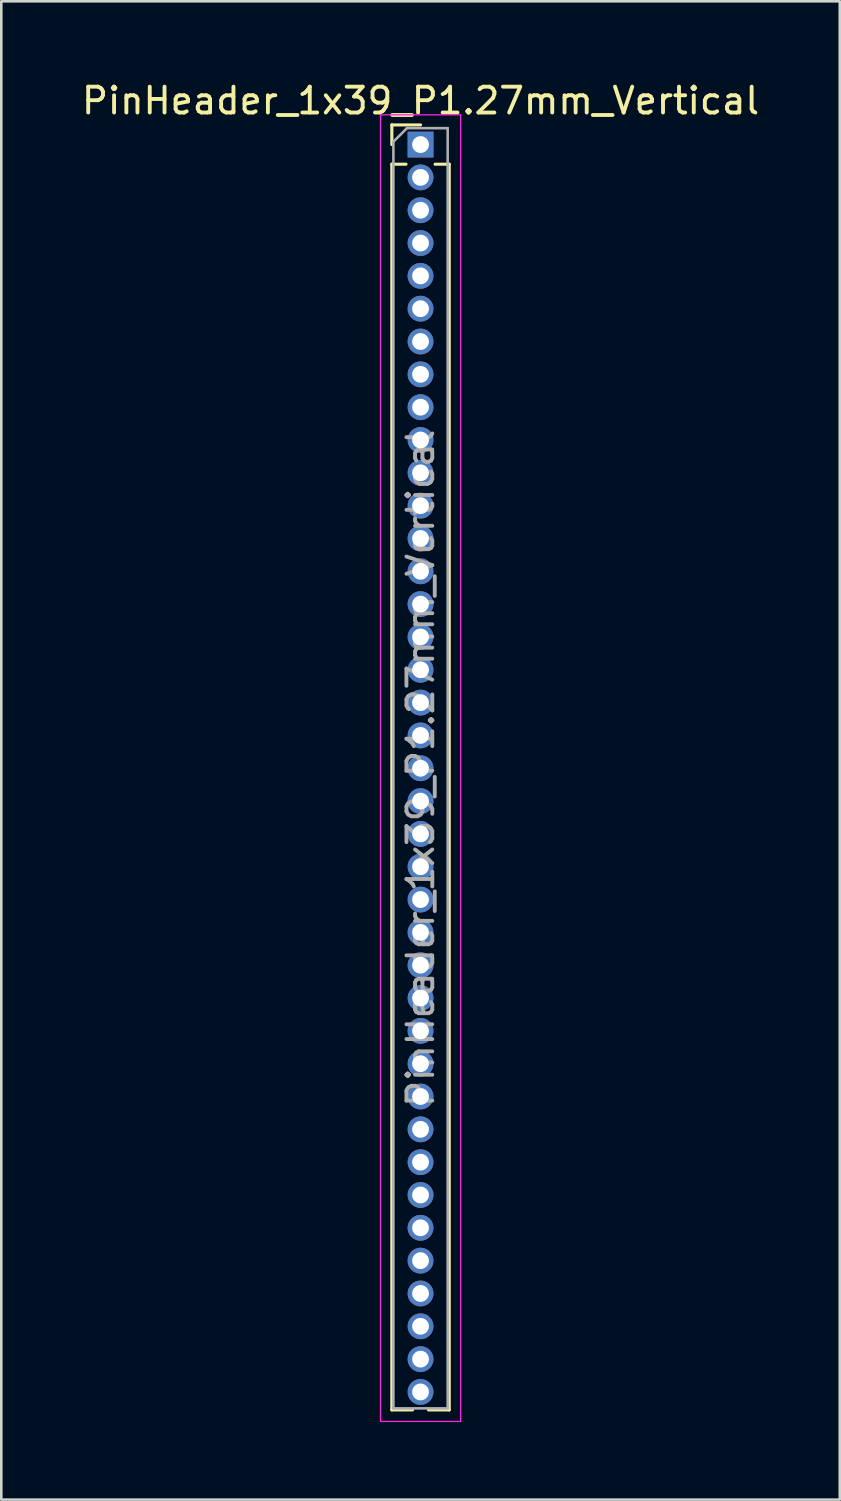
<source format=kicad_pcb>
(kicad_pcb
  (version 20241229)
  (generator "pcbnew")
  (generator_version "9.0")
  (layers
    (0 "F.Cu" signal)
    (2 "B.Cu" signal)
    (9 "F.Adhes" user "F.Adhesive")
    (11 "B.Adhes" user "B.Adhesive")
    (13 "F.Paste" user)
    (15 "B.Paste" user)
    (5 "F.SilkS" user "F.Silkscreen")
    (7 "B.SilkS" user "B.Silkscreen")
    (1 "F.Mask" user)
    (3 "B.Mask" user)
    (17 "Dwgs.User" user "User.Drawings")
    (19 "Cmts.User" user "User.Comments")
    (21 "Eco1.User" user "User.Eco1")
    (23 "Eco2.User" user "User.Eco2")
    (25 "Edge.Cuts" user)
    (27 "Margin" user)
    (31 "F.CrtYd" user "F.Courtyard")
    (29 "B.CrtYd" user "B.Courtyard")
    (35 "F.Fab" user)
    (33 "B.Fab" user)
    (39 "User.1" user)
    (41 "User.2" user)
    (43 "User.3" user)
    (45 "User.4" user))
  (footprint "PinHeader_1x39_P1.27mm_Vertical"
    (layer "F.Cu")
    (at 13.22 2.543)
    (property "Reference" "PinHeader_1x39_P1.27mm_Vertical" (at 0 -1.695 0) (layer "F.SilkS") (effects (font (size 1 1) (thickness 0.15))))
    (attr through_hole)
    (fp_line (start -1.11 -0.76) (end 0 -0.76) (stroke (width 0.12) (type solid)) (layer "F.SilkS"))
    (fp_line (start -1.11 0) (end -1.11 -0.76) (stroke (width 0.12) (type solid)) (layer "F.SilkS"))
    (fp_line (start -1.11 0.76) (end -1.11 48.955) (stroke (width 0.12) (type solid)) (layer "F.SilkS"))
    (fp_line (start -1.11 0.76) (end -0.563 0.76) (stroke (width 0.12) (type solid)) (layer "F.SilkS"))
    (fp_line (start -1.11 48.955) (end -0.308 48.955) (stroke (width 0.12) (type solid)) (layer "F.SilkS"))
    (fp_line (start 0.308 48.955) (end 1.11 48.955) (stroke (width 0.12) (type solid)) (layer "F.SilkS"))
    (fp_line (start 0.563 0.76) (end 1.11 0.76) (stroke (width 0.12) (type solid)) (layer "F.SilkS"))
    (fp_line (start 1.11 0.76) (end 1.11 48.955) (stroke (width 0.12) (type solid)) (layer "F.SilkS"))
    (fp_line (start -1.55 -1.15) (end -1.55 49.4) (stroke (width 0.05) (type solid)) (layer "F.CrtYd"))
    (fp_line (start -1.55 49.4) (end 1.55 49.4) (stroke (width 0.05) (type solid)) (layer "F.CrtYd"))
    (fp_line (start 1.55 -1.15) (end -1.55 -1.15) (stroke (width 0.05) (type solid)) (layer "F.CrtYd"))
    (fp_line (start 1.55 49.4) (end 1.55 -1.15) (stroke (width 0.05) (type solid)) (layer "F.CrtYd"))
    (fp_line (start -1.05 -0.11) (end -0.525 -0.635) (stroke (width 0.1) (type solid)) (layer "F.Fab"))
    (fp_line (start -1.05 48.895) (end -1.05 -0.11) (stroke (width 0.1) (type solid)) (layer "F.Fab"))
    (fp_line (start -0.525 -0.635) (end 1.05 -0.635) (stroke (width 0.1) (type solid)) (layer "F.Fab"))
    (fp_line (start 1.05 -0.635) (end 1.05 48.895) (stroke (width 0.1) (type solid)) (layer "F.Fab"))
    (fp_line (start 1.05 48.895) (end -1.05 48.895) (stroke (width 0.1) (type solid)) (layer "F.Fab"))
    (fp_text user "${REFERENCE}" (at 0 24.13 90) (layer "F.Fab") (effects (font (size 1 1) (thickness 0.15))))
    (pad "1" thru_hole rect (at 0 0) (size 1 1) (drill 0.65) (layers "*.Cu" "*.Mask"))
    (pad "2" thru_hole oval (at 0 1.27) (size 1 1) (drill 0.65) (layers "*.Cu" "*.Mask"))
    (pad "3" thru_hole oval (at 0 2.54) (size 1 1) (drill 0.65) (layers "*.Cu" "*.Mask"))
    (pad "4" thru_hole oval (at 0 3.81) (size 1 1) (drill 0.65) (layers "*.Cu" "*.Mask"))
    (pad "5" thru_hole oval (at 0 5.08) (size 1 1) (drill 0.65) (layers "*.Cu" "*.Mask"))
    (pad "6" thru_hole oval (at 0 6.35) (size 1 1) (drill 0.65) (layers "*.Cu" "*.Mask"))
    (pad "7" thru_hole oval (at 0 7.62) (size 1 1) (drill 0.65) (layers "*.Cu" "*.Mask"))
    (pad "8" thru_hole oval (at 0 8.89) (size 1 1) (drill 0.65) (layers "*.Cu" "*.Mask"))
    (pad "9" thru_hole oval (at 0 10.16) (size 1 1) (drill 0.65) (layers "*.Cu" "*.Mask"))
    (pad "10" thru_hole oval (at 0 11.43) (size 1 1) (drill 0.65) (layers "*.Cu" "*.Mask"))
    (pad "11" thru_hole oval (at 0 12.7) (size 1 1) (drill 0.65) (layers "*.Cu" "*.Mask"))
    (pad "12" thru_hole oval (at 0 13.97) (size 1 1) (drill 0.65) (layers "*.Cu" "*.Mask"))
    (pad "13" thru_hole oval (at 0 15.24) (size 1 1) (drill 0.65) (layers "*.Cu" "*.Mask"))
    (pad "14" thru_hole oval (at 0 16.51) (size 1 1) (drill 0.65) (layers "*.Cu" "*.Mask"))
    (pad "15" thru_hole oval (at 0 17.78) (size 1 1) (drill 0.65) (layers "*.Cu" "*.Mask"))
    (pad "16" thru_hole oval (at 0 19.05) (size 1 1) (drill 0.65) (layers "*.Cu" "*.Mask"))
    (pad "17" thru_hole oval (at 0 20.32) (size 1 1) (drill 0.65) (layers "*.Cu" "*.Mask"))
    (pad "18" thru_hole oval (at 0 21.59) (size 1 1) (drill 0.65) (layers "*.Cu" "*.Mask"))
    (pad "19" thru_hole oval (at 0 22.86) (size 1 1) (drill 0.65) (layers "*.Cu" "*.Mask"))
    (pad "20" thru_hole oval (at 0 24.13) (size 1 1) (drill 0.65) (layers "*.Cu" "*.Mask"))
    (pad "21" thru_hole oval (at 0 25.4) (size 1 1) (drill 0.65) (layers "*.Cu" "*.Mask"))
    (pad "22" thru_hole oval (at 0 26.67) (size 1 1) (drill 0.65) (layers "*.Cu" "*.Mask"))
    (pad "23" thru_hole oval (at 0 27.94) (size 1 1) (drill 0.65) (layers "*.Cu" "*.Mask"))
    (pad "24" thru_hole oval (at 0 29.21) (size 1 1) (drill 0.65) (layers "*.Cu" "*.Mask"))
    (pad "25" thru_hole oval (at 0 30.48) (size 1 1) (drill 0.65) (layers "*.Cu" "*.Mask"))
    (pad "26" thru_hole oval (at 0 31.75) (size 1 1) (drill 0.65) (layers "*.Cu" "*.Mask"))
    (pad "27" thru_hole oval (at 0 33.02) (size 1 1) (drill 0.65) (layers "*.Cu" "*.Mask"))
    (pad "28" thru_hole oval (at 0 34.29) (size 1 1) (drill 0.65) (layers "*.Cu" "*.Mask"))
    (pad "29" thru_hole oval (at 0 35.56) (size 1 1) (drill 0.65) (layers "*.Cu" "*.Mask"))
    (pad "30" thru_hole oval (at 0 36.83) (size 1 1) (drill 0.65) (layers "*.Cu" "*.Mask"))
    (pad "31" thru_hole oval (at 0 38.1) (size 1 1) (drill 0.65) (layers "*.Cu" "*.Mask"))
    (pad "32" thru_hole oval (at 0 39.37) (size 1 1) (drill 0.65) (layers "*.Cu" "*.Mask"))
    (pad "33" thru_hole oval (at 0 40.64) (size 1 1) (drill 0.65) (layers "*.Cu" "*.Mask"))
    (pad "34" thru_hole oval (at 0 41.91) (size 1 1) (drill 0.65) (layers "*.Cu" "*.Mask"))
    (pad "35" thru_hole oval (at 0 43.18) (size 1 1) (drill 0.65) (layers "*.Cu" "*.Mask"))
    (pad "36" thru_hole oval (at 0 44.45) (size 1 1) (drill 0.65) (layers "*.Cu" "*.Mask"))
    (pad "37" thru_hole oval (at 0 45.72) (size 1 1) (drill 0.65) (layers "*.Cu" "*.Mask"))
    (pad "38" thru_hole oval (at 0 46.99) (size 1 1) (drill 0.65) (layers "*.Cu" "*.Mask"))
    (pad "39" thru_hole oval (at 0 48.26) (size 1 1) (drill 0.65) (layers "*.Cu" "*.Mask")))
  (gr_rect
    (start -3 -3)
    (end 29.44 54.968)
    (stroke (width 0.1) (type default))
    (fill no)
    (layer "Edge.Cuts")))
</source>
